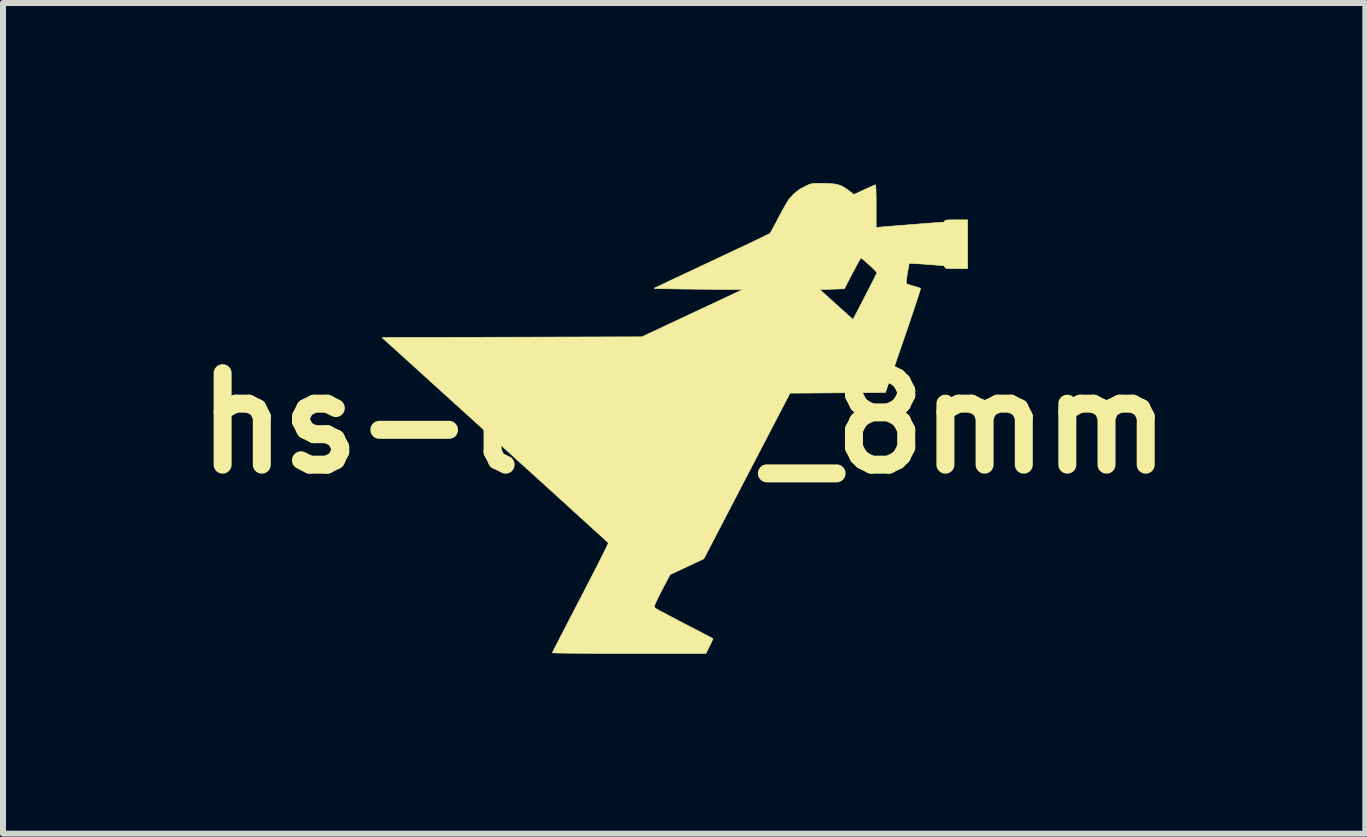
<source format=kicad_pcb>
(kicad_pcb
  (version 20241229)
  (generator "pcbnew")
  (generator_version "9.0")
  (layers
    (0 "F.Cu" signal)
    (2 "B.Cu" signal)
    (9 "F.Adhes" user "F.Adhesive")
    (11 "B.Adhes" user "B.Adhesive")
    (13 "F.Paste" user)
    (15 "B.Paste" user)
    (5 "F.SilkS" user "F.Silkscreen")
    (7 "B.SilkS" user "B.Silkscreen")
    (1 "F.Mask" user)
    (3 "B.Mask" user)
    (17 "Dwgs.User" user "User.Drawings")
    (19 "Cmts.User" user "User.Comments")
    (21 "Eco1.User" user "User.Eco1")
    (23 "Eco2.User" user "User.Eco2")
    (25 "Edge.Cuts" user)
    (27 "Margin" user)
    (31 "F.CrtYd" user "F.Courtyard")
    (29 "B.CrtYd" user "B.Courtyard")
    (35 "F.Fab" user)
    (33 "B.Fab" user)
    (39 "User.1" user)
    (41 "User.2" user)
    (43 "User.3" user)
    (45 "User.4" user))
  (footprint "hs-logo_8mm"
    (layer "F.Cu")
    (at 8.353 4.005)
    (property "Reference" "hs-logo_8mm" (at 0 0 0) (layer "F.SilkS") (effects (font (size 1.524 1.524) (thickness 0.3))))
    (attr through_hole)
    (fp_poly (pts (xy 2.274 -3.999) (xy 2.335 -3.998) (xy 2.428 -3.995) (xy 2.501 -3.989) (xy 2.561 -3.978) (xy 2.613 -3.96) (xy 2.663 -3.934) (xy 2.718 -3.897) (xy 2.752 -3.872) (xy 2.83 -3.813) (xy 3.004 -3.894) (xy 3.065 -3.922) (xy 3.119 -3.946) (xy 3.16 -3.964) (xy 3.184 -3.974) (xy 3.189 -3.975) (xy 3.192 -3.963) (xy 3.195 -3.928) (xy 3.197 -3.874) (xy 3.199 -3.802) (xy 3.2 -3.717) (xy 3.2 -3.621) (xy 3.2 -3.619) (xy 3.2 -3.262) (xy 3.267 -3.27) (xy 3.292 -3.272) (xy 3.337 -3.276) (xy 3.401 -3.281) (xy 3.478 -3.287) (xy 3.567 -3.295) (xy 3.664 -3.302) (xy 3.764 -3.31) (xy 3.866 -3.318) (xy 3.966 -3.326) (xy 4.06 -3.333) (xy 4.145 -3.34) (xy 4.218 -3.345) (xy 4.275 -3.349) (xy 4.313 -3.352) (xy 4.329 -3.353) (xy 4.342 -3.363) (xy 4.343 -3.372) (xy 4.347 -3.379) (xy 4.36 -3.385) (xy 4.385 -3.388) (xy 4.427 -3.39) (xy 4.489 -3.391) (xy 4.534 -3.391) (xy 4.724 -3.391) (xy 4.724 -2.578) (xy 4.539 -2.578) (xy 4.467 -2.578) (xy 4.416 -2.579) (xy 4.383 -2.581) (xy 4.363 -2.586) (xy 4.352 -2.592) (xy 4.348 -2.601) (xy 4.347 -2.603) (xy 4.333 -2.624) (xy 4.32 -2.629) (xy 4.301 -2.63) (xy 4.262 -2.632) (xy 4.205 -2.636) (xy 4.135 -2.642) (xy 4.055 -2.648) (xy 4.029 -2.65) (xy 3.949 -2.656) (xy 3.877 -2.66) (xy 3.819 -2.663) (xy 3.777 -2.665) (xy 3.754 -2.665) (xy 3.752 -2.664) (xy 3.748 -2.65) (xy 3.741 -2.616) (xy 3.732 -2.566) (xy 3.721 -2.506) (xy 3.72 -2.496) (xy 3.708 -2.421) (xy 3.703 -2.37) (xy 3.702 -2.338) (xy 3.707 -2.325) (xy 3.707 -2.325) (xy 3.725 -2.317) (xy 3.761 -2.306) (xy 3.808 -2.292) (xy 3.826 -2.286) (xy 3.875 -2.272) (xy 3.914 -2.259) (xy 3.937 -2.251) (xy 3.94 -2.249) (xy 3.938 -2.236) (xy 3.927 -2.201) (xy 3.91 -2.145) (xy 3.886 -2.072) (xy 3.857 -1.982) (xy 3.822 -1.878) (xy 3.783 -1.761) (xy 3.74 -1.634) (xy 3.694 -1.498) (xy 3.652 -1.377) (xy 3.355 -0.514) (xy 1.764 -0.502) (xy 1.046 0.878) (xy 0.328 2.258) (xy -0.235 2.522) (xy -0.365 2.769) (xy -0.403 2.843) (xy -0.437 2.91) (xy -0.464 2.968) (xy -0.484 3.012) (xy -0.494 3.038) (xy -0.495 3.043) (xy -0.488 3.072) (xy -0.479 3.084) (xy -0.464 3.093) (xy -0.43 3.112) (xy -0.378 3.14) (xy -0.31 3.175) (xy -0.23 3.218) (xy -0.139 3.265) (xy -0.041 3.317) (xy 0.007 3.341) (xy 0.107 3.394) (xy 0.201 3.442) (xy 0.285 3.486) (xy 0.357 3.524) (xy 0.414 3.554) (xy 0.455 3.575) (xy 0.477 3.587) (xy 0.48 3.588) (xy 0.476 3.6) (xy 0.463 3.63) (xy 0.443 3.673) (xy 0.423 3.713) (xy 0.363 3.835) (xy -0.917 3.835) (xy -1.095 3.835) (xy -1.266 3.835) (xy -1.427 3.835) (xy -1.578 3.834) (xy -1.717 3.833) (xy -1.841 3.832) (xy -1.949 3.831) (xy -2.041 3.83) (xy -2.112 3.829) (xy -2.163 3.827) (xy -2.192 3.826) (xy -2.197 3.825) (xy -2.191 3.812) (xy -2.175 3.779) (xy -2.148 3.726) (xy -2.112 3.657) (xy -2.069 3.571) (xy -2.017 3.471) (xy -1.959 3.359) (xy -1.896 3.237) (xy -1.828 3.106) (xy -1.756 2.967) (xy -1.726 2.911) (xy -1.653 2.77) (xy -1.584 2.635) (xy -1.519 2.509) (xy -1.459 2.393) (xy -1.406 2.288) (xy -1.36 2.196) (xy -1.322 2.119) (xy -1.293 2.059) (xy -1.273 2.018) (xy -1.264 1.996) (xy -1.264 1.993) (xy -1.274 1.984) (xy -1.302 1.958) (xy -1.347 1.916) (xy -1.408 1.86) (xy -1.485 1.791) (xy -1.576 1.708) (xy -1.68 1.613) (xy -1.797 1.507) (xy -1.925 1.39) (xy -2.064 1.264) (xy -2.213 1.128) (xy -2.371 0.985) (xy -2.537 0.834) (xy -2.711 0.677) (xy -2.89 0.514) (xy -3.075 0.347) (xy -3.154 0.276) (xy -5.035 -1.429) (xy -2.87 -1.435) (xy -0.705 -1.441) (xy 0.976 -2.229) (xy 2.261 -2.229) (xy 2.537 -1.979) (xy 2.607 -1.916) (xy 2.671 -1.859) (xy 2.725 -1.81) (xy 2.769 -1.771) (xy 2.799 -1.744) (xy 2.813 -1.732) (xy 2.814 -1.732) (xy 2.82 -1.743) (xy 2.837 -1.774) (xy 2.862 -1.823) (xy 2.895 -1.886) (xy 2.934 -1.961) (xy 2.978 -2.046) (xy 3.014 -2.116) (xy 3.061 -2.207) (xy 3.104 -2.291) (xy 3.142 -2.365) (xy 3.173 -2.427) (xy 3.196 -2.473) (xy 3.21 -2.502) (xy 3.213 -2.511) (xy 3.204 -2.523) (xy 3.18 -2.549) (xy 3.146 -2.583) (xy 3.104 -2.622) (xy 3.06 -2.662) (xy 3.019 -2.699) (xy 2.983 -2.73) (xy 2.957 -2.75) (xy 2.947 -2.756) (xy 2.938 -2.745) (xy 2.92 -2.715) (xy 2.894 -2.668) (xy 2.862 -2.609) (xy 2.825 -2.539) (xy 2.803 -2.499) (xy 2.67 -2.242) (xy 2.466 -2.235) (xy 2.261 -2.229) (xy 0.976 -2.229) (xy 0.231 -2.235) (xy 0.096 -2.237) (xy -0.03 -2.238) (xy -0.146 -2.24) (xy -0.249 -2.242) (xy -0.337 -2.243) (xy -0.409 -2.245) (xy -0.461 -2.247) (xy -0.492 -2.249) (xy -0.5 -2.251) (xy -0.487 -2.258) (xy -0.452 -2.274) (xy -0.398 -2.3) (xy -0.325 -2.334) (xy -0.237 -2.376) (xy -0.135 -2.424) (xy -0.019 -2.478) (xy 0.107 -2.537) (xy 0.242 -2.601) (xy 0.385 -2.668) (xy 0.465 -2.705) (xy 0.611 -2.774) (xy 0.751 -2.84) (xy 0.882 -2.902) (xy 1.004 -2.959) (xy 1.114 -3.011) (xy 1.21 -3.057) (xy 1.291 -3.096) (xy 1.355 -3.128) (xy 1.401 -3.15) (xy 1.426 -3.163) (xy 1.431 -3.166) (xy 1.441 -3.182) (xy 1.46 -3.216) (xy 1.488 -3.266) (xy 1.521 -3.328) (xy 1.557 -3.398) (xy 1.569 -3.42) (xy 1.609 -3.497) (xy 1.65 -3.571) (xy 1.688 -3.638) (xy 1.72 -3.693) (xy 1.745 -3.73) (xy 1.747 -3.734) (xy 1.83 -3.826) (xy 1.931 -3.904) (xy 2.043 -3.963) (xy 2.079 -3.978) (xy 2.108 -3.988) (xy 2.137 -3.995) (xy 2.171 -3.999) (xy 2.214 -4) (xy 2.274 -3.999)) (stroke (width 0.01) (type solid)) (fill yes) (layer "F.SilkS")))
  (gr_rect
    (start -3 -3)
    (end 19.706 10.845)
    (stroke (width 0.1) (type default))
    (fill no)
    (layer "Edge.Cuts")))
</source>
